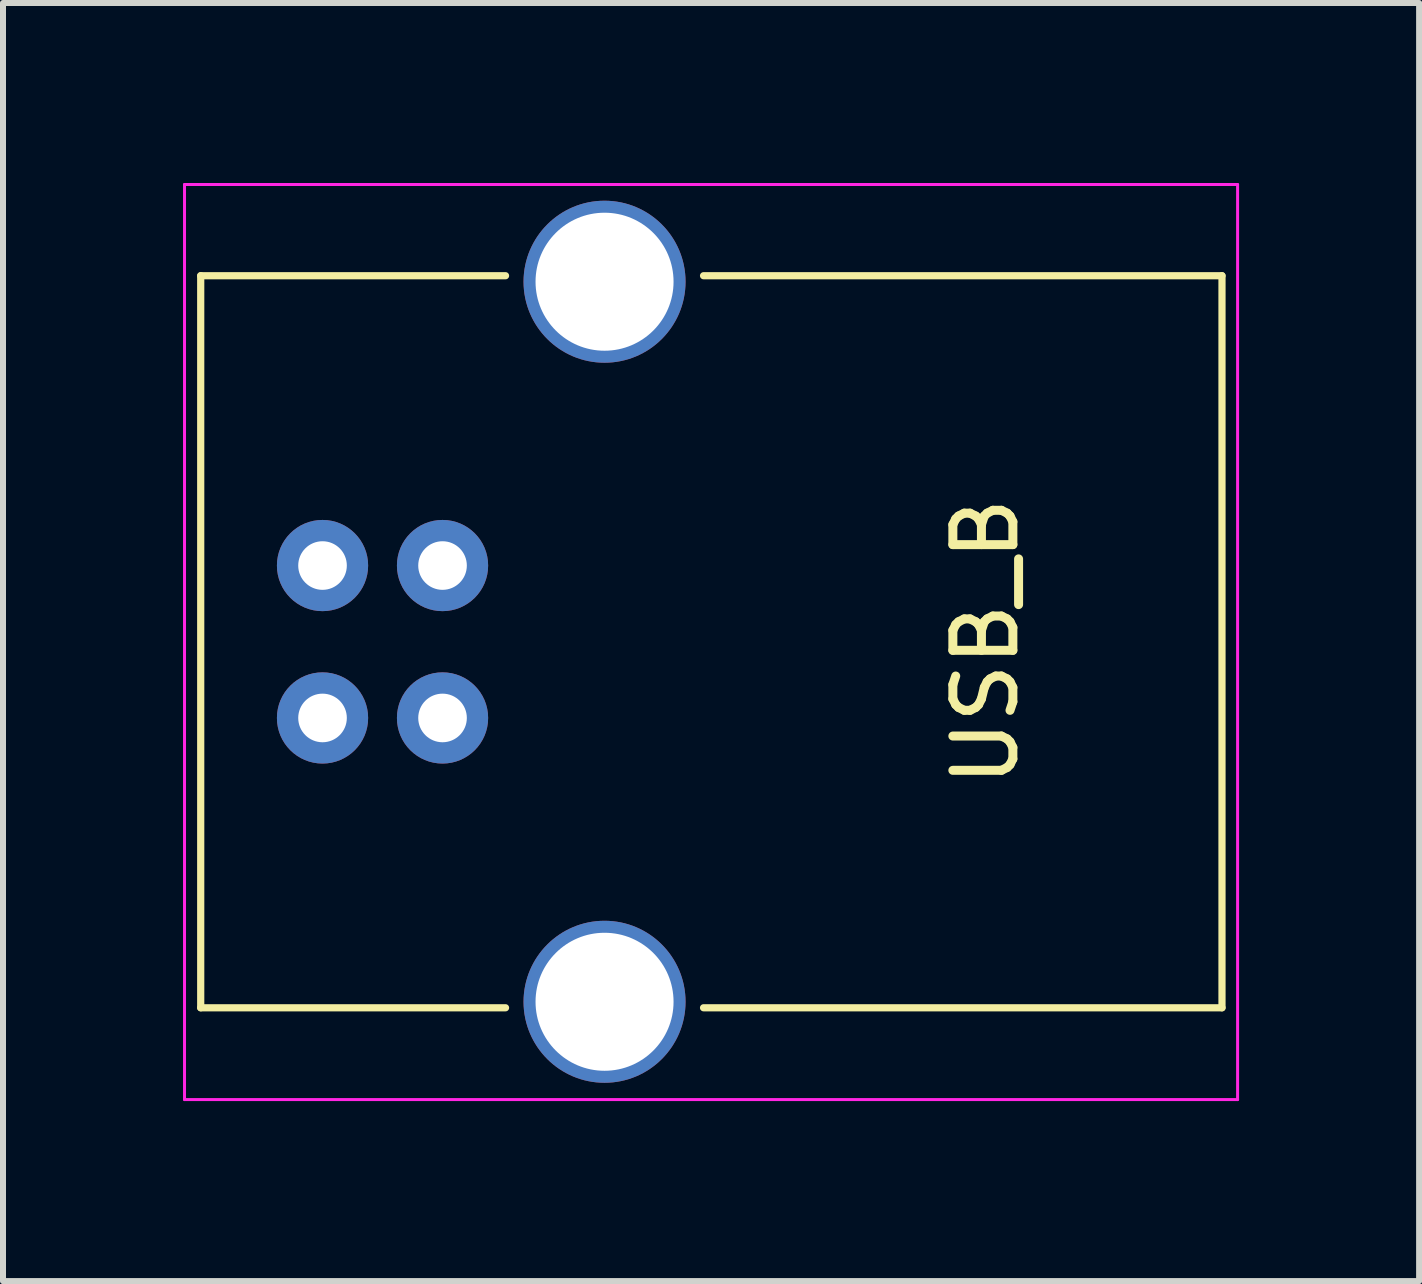
<source format=kicad_pcb>
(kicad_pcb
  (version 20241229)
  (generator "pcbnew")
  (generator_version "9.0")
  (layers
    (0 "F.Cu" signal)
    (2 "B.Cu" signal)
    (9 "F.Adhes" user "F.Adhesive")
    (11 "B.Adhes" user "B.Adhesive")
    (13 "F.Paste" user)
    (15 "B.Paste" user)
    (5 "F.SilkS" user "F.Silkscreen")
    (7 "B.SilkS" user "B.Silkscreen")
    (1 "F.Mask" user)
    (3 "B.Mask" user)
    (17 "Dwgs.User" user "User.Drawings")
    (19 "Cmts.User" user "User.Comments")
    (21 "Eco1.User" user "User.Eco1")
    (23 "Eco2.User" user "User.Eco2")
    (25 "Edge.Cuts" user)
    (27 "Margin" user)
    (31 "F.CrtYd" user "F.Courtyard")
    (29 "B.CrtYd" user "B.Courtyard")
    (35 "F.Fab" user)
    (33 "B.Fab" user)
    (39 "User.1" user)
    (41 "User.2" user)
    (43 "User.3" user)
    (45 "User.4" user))
  (footprint "USB_B"
    (layer "F.Cu")
    (at 2.325 6.375)
    (property "Reference" "USB_B" (at 11.05 1.27 90) (layer "F.SilkS") (effects (font (size 1 1) (thickness 0.15))))
    (attr through_hole)
    (fp_line (start -2.03 -4.83) (end 3.05 -4.83) (stroke (width 0.12) (type solid)) (layer "F.SilkS"))
    (fp_line (start -2.03 7.37) (end -2.03 -4.83) (stroke (width 0.12) (type solid)) (layer "F.SilkS"))
    (fp_line (start -2.03 7.37) (end 3.05 7.37) (stroke (width 0.12) (type solid)) (layer "F.SilkS"))
    (fp_line (start 6.35 -4.83) (end 14.99 -4.83) (stroke (width 0.12) (type solid)) (layer "F.SilkS"))
    (fp_line (start 6.35 7.37) (end 14.99 7.37) (stroke (width 0.12) (type solid)) (layer "F.SilkS"))
    (fp_line (start 14.99 -4.83) (end 14.99 7.37) (stroke (width 0.12) (type solid)) (layer "F.SilkS"))
    (fp_line (start -2.3 -6.35) (end 15.25 -6.35) (stroke (width 0.05) (type solid)) (layer "F.CrtYd"))
    (fp_line (start -2.3 8.9) (end -2.3 -6.35) (stroke (width 0.05) (type solid)) (layer "F.CrtYd"))
    (fp_line (start 15.25 -6.35) (end 15.25 8.9) (stroke (width 0.05) (type solid)) (layer "F.CrtYd"))
    (fp_line (start 15.25 8.9) (end -2.3 8.9) (stroke (width 0.05) (type solid)) (layer "F.CrtYd"))
    (pad "1" thru_hole circle (at 0 0 270) (size 1.52 1.52) (drill 0.81) (layers "*.Cu" "*.Mask"))
    (pad "2" thru_hole circle (at 0 2.54 270) (size 1.52 1.52) (drill 0.81) (layers "*.Cu" "*.Mask"))
    (pad "3" thru_hole circle (at 2 2.54 270) (size 1.52 1.52) (drill 0.81) (layers "*.Cu" "*.Mask"))
    (pad "4" thru_hole circle (at 2 0 270) (size 1.52 1.52) (drill 0.81) (layers "*.Cu" "*.Mask"))
    (pad "5" thru_hole circle (at 4.7 -4.73 270) (size 2.7 2.7) (drill 2.3) (layers "*.Cu" "*.Mask"))
    (pad "5" thru_hole circle (at 4.7 7.27 270) (size 2.7 2.7) (drill 2.3) (layers "*.Cu" "*.Mask")))
  (gr_rect
    (start -3 -3)
    (end 20.6 18.3)
    (stroke (width 0.1) (type default))
    (fill no)
    (layer "Edge.Cuts")))
</source>
